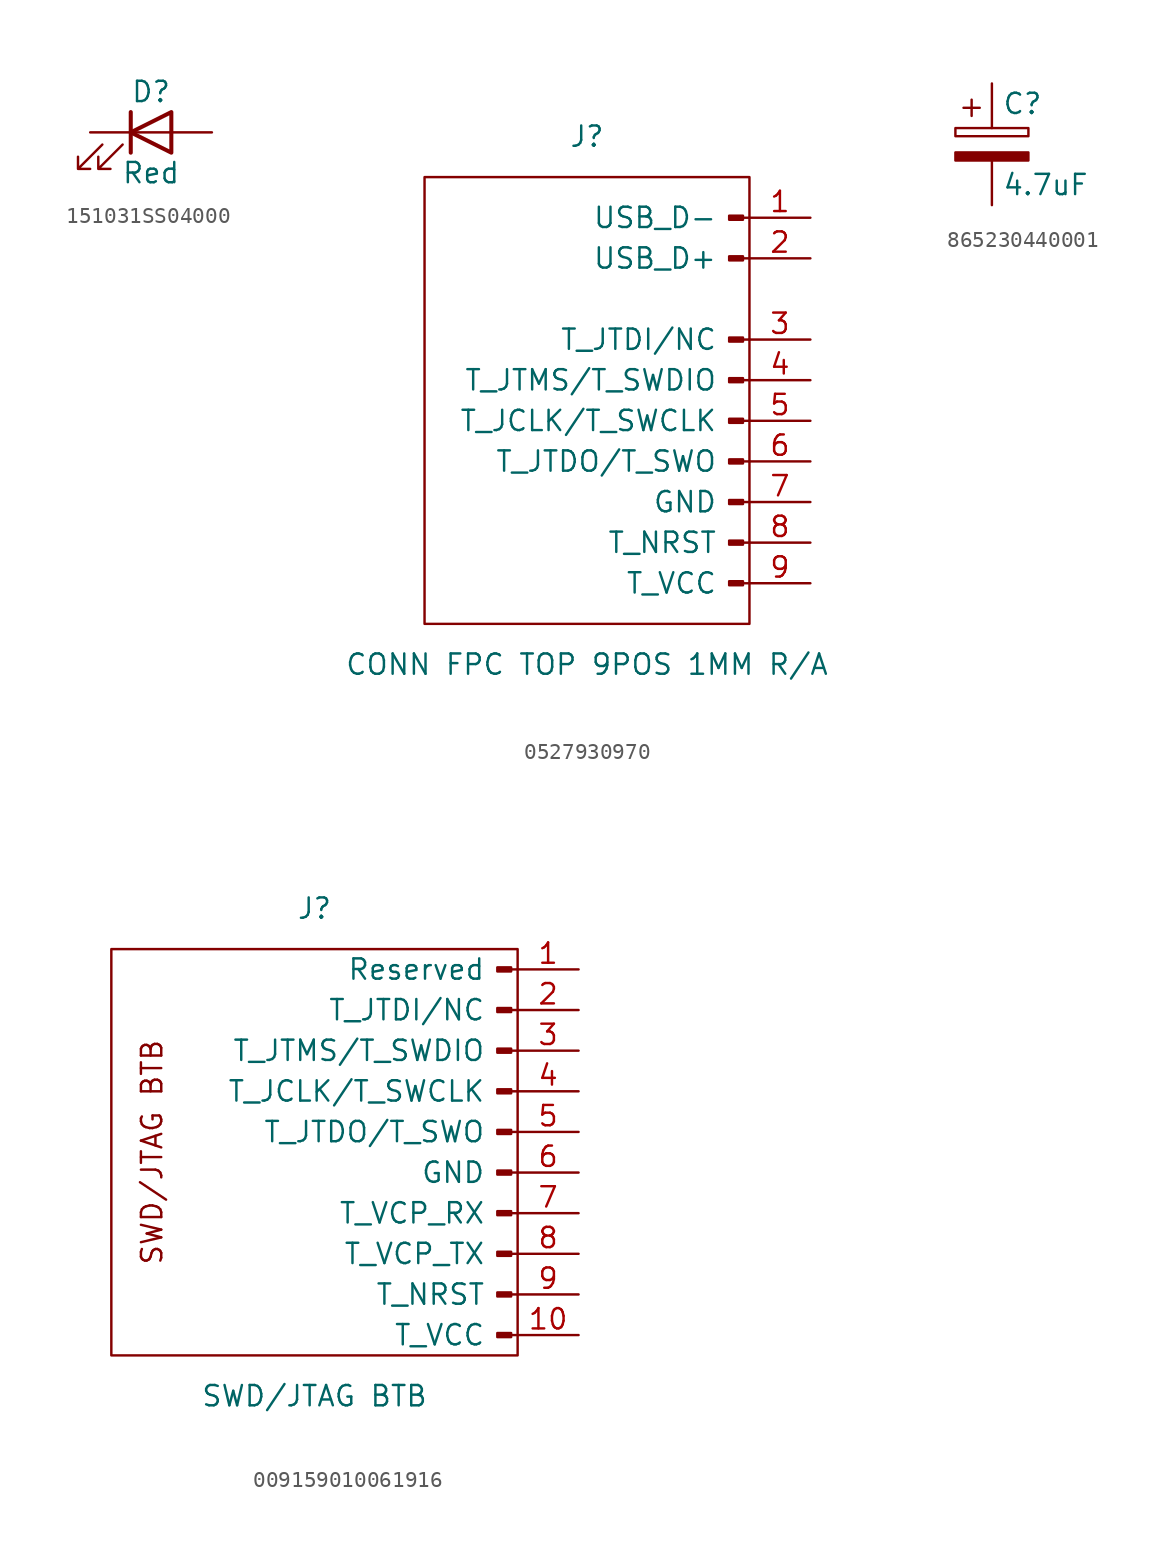
<source format=kicad_sym>
(kicad_symbol_lib
  (version 20220914)
  (generator kicad_symbol_editor)
  (symbol "151031SS04000"
    (pin_numbers hide)
    (pin_names
      (offset 1.016) hide)
    (property "Reference" "D"
      (at 0 2.54 0)
      (effects (font (size 1.27 1.27))))
    (property "Value" "Red"
      (at 0 -2.54 0)
      (effects (font (size 1.27 1.27))))
    (symbol "151031SS04000_0_1"
      (polyline (pts (xy -1.27 -1.27) (xy -1.27 1.27)) (stroke (width 0.254) (type default)) (fill (type none)))
      (polyline (pts (xy -1.27 0) (xy 1.27 0)) (stroke (width 0) (type default)) (fill (type none)))
      (polyline (pts (xy 1.27 -1.27) (xy 1.27 1.27) (xy -1.27 0) (xy 1.27 -1.27)) (stroke (width 0.254) (type default)) (fill (type none)))
      (polyline (pts (xy -3.048 -0.762) (xy -4.572 -2.286) (xy -3.81 -2.286) (xy -4.572 -2.286) (xy -4.572 -1.524)) (stroke (width 0) (type default)) (fill (type none)))
      (polyline (pts (xy -1.778 -0.762) (xy -3.302 -2.286) (xy -2.54 -2.286) (xy -3.302 -2.286) (xy -3.302 -1.524)) (stroke (width 0) (type default)) (fill (type none))))
    (symbol "151031SS04000_1_1"
      (pin passive line (at -3.81 0 0) (length 2.54) (name "K" (effects (font (size 1.27 1.27)))) (number "1" (effects (font (size 1.27 1.27)))))
      (pin passive line (at 3.81 0 180) (length 2.54) (name "A" (effects (font (size 1.27 1.27)))) (number "2" (effects (font (size 1.27 1.27)))))))
  (symbol "0527930970"
    (pin_names
      (offset 2))
    (property "Reference" "J"
      (at 0 20.32 0)
      (effects (font (size 1.27 1.27))))
    (property "Value" "CONN FPC TOP 9POS 1MM R/A"
      (at 0 -12.7 0)
      (effects (font (size 1.27 1.27))))
    (symbol "0527930970_0_1"
      (rectangle (start -10.16 17.78) (end 10.16 -10.16) (stroke (width 0) (type default)) (fill (type none))))
    (symbol "0527930970_1_1"
      (polyline (pts (xy 10.16 -7.62) (xy 9.754 -7.62)) (stroke (width 0.152) (type default)) (fill (type none)))
      (polyline (pts (xy 10.16 -5.08) (xy 9.754 -5.08)) (stroke (width 0.152) (type default)) (fill (type none)))
      (polyline (pts (xy 10.16 -2.54) (xy 9.754 -2.54)) (stroke (width 0.152) (type default)) (fill (type none)))
      (polyline (pts (xy 10.16 0) (xy 9.754 0)) (stroke (width 0.152) (type default)) (fill (type none)))
      (polyline (pts (xy 10.16 2.54) (xy 9.754 2.54)) (stroke (width 0.152) (type default)) (fill (type none)))
      (polyline (pts (xy 10.16 5.08) (xy 9.754 5.08)) (stroke (width 0.152) (type default)) (fill (type none)))
      (polyline (pts (xy 10.16 7.62) (xy 9.754 7.62)) (stroke (width 0.152) (type default)) (fill (type none)))
      (polyline (pts (xy 10.16 12.7) (xy 9.754 12.7)) (stroke (width 0.152) (type default)) (fill (type none)))
      (polyline (pts (xy 10.16 15.24) (xy 9.754 15.24)) (stroke (width 0.152) (type default)) (fill (type none)))
      (rectangle (start 8.89 -7.493) (end 9.754 -7.747) (stroke (width 0.152) (type default)) (fill (type outline)))
      (rectangle (start 9.754 -4.953) (end 8.89 -5.207) (stroke (width 0.152) (type default)) (fill (type outline)))
      (rectangle (start 9.754 -2.413) (end 8.89 -2.667) (stroke (width 0.152) (type default)) (fill (type outline)))
      (rectangle (start 9.754 0.127) (end 8.89 -0.127) (stroke (width 0.152) (type default)) (fill (type outline)))
      (rectangle (start 9.754 2.667) (end 8.89 2.413) (stroke (width 0.152) (type default)) (fill (type outline)))
      (rectangle (start 9.754 5.207) (end 8.89 4.953) (stroke (width 0.152) (type default)) (fill (type outline)))
      (rectangle (start 9.754 7.747) (end 8.89 7.493) (stroke (width 0.152) (type default)) (fill (type outline)))
      (rectangle (start 9.754 12.827) (end 8.89 12.573) (stroke (width 0.152) (type default)) (fill (type outline)))
      (rectangle (start 9.754 15.367) (end 8.89 15.113) (stroke (width 0.152) (type default)) (fill (type outline)))
      (pin bidirectional line (at 13.97 15.24 180) (length 3.81) (name "USB_D-" (effects (font (size 1.27 1.27)))) (number "1" (effects (font (size 1.27 1.27)))))
      (pin bidirectional line (at 13.97 12.7 180) (length 3.81) (name "USB_D+" (effects (font (size 1.27 1.27)))) (number "2" (effects (font (size 1.27 1.27)))))
      (pin passive line (at 13.97 7.62 180) (length 3.81) (name "T_JTDI/NC" (effects (font (size 1.27 1.27)))) (number "3" (effects (font (size 1.27 1.27)))))
      (pin passive line (at 13.97 5.08 180) (length 3.81) (name "T_JTMS/T_SWDIO" (effects (font (size 1.27 1.27)))) (number "4" (effects (font (size 1.27 1.27)))))
      (pin passive line (at 13.97 2.54 180) (length 3.81) (name "T_JCLK/T_SWCLK" (effects (font (size 1.27 1.27)))) (number "5" (effects (font (size 1.27 1.27)))))
      (pin passive line (at 13.97 0 180) (length 3.81) (name "T_JTDO/T_SWO" (effects (font (size 1.27 1.27)))) (number "6" (effects (font (size 1.27 1.27)))))
      (pin passive line (at 13.97 -2.54 180) (length 3.81) (name "GND" (effects (font (size 1.27 1.27)))) (number "7" (effects (font (size 1.27 1.27)))))
      (pin passive line (at 13.97 -5.08 180) (length 3.81) (name "T_NRST" (effects (font (size 1.27 1.27)))) (number "8" (effects (font (size 1.27 1.27)))))
      (pin power_out line (at 13.97 -7.62 180) (length 3.81) (name "T_VCC" (effects (font (size 1.27 1.27)))) (number "9" (effects (font (size 1.27 1.27)))))))
  (symbol "865230440001"
    (pin_numbers hide)
    (pin_names
      (offset 0.254))
    (property "Reference" "C"
      (at 0.635 2.54 0)
      (effects (font (size 1.27 1.27)) (justify left)))
    (property "Value" "4.7uF"
      (at 0.635 -2.54 0)
      (effects (font (size 1.27 1.27)) (justify left)))
    (symbol "865230440001_0_1"
      (rectangle (start -2.286 0.508) (end 2.286 1.016) (stroke (width 0) (type default)) (fill (type none)))
      (polyline (pts (xy -1.778 2.286) (xy -0.762 2.286)) (stroke (width 0) (type default)) (fill (type none)))
      (polyline (pts (xy -1.27 2.794) (xy -1.27 1.778)) (stroke (width 0) (type default)) (fill (type none)))
      (rectangle (start 2.286 -0.508) (end -2.286 -1.016) (stroke (width 0) (type default)) (fill (type outline))))
    (symbol "865230440001_1_1"
      (pin passive line (at 0 3.81 270) (length 2.794) (name "~" (effects (font (size 1.27 1.27)))) (number "1" (effects (font (size 1.27 1.27)))))
      (pin passive line (at 0 -3.81 90) (length 2.794) (name "~" (effects (font (size 1.27 1.27)))) (number "2" (effects (font (size 1.27 1.27)))))))
  (symbol "009159010061916"
    (pin_names
      (offset 2))
    (property "Reference" "J"
      (at 0 13.97 0)
      (effects (font (size 1.27 1.27))))
    (property "Value" "SWD/JTAG BTB"
      (at 0 -16.51 0)
      (effects (font (size 1.27 1.27))))
    (symbol "009159010061916_0_1"
      (rectangle (start -12.7 11.43) (end 12.7 -13.97) (stroke (width 0) (type default)) (fill (type none))))
    (symbol "009159010061916_1_1"
      (polyline (pts (xy 12.7 -12.7) (xy 12.294 -12.7)) (stroke (width 0.152) (type default)) (fill (type none)))
      (polyline (pts (xy 12.7 -10.16) (xy 12.294 -10.16)) (stroke (width 0.152) (type default)) (fill (type none)))
      (polyline (pts (xy 12.7 -7.62) (xy 12.294 -7.62)) (stroke (width 0.152) (type default)) (fill (type none)))
      (polyline (pts (xy 12.7 -5.08) (xy 12.294 -5.08)) (stroke (width 0.152) (type default)) (fill (type none)))
      (polyline (pts (xy 12.7 -2.54) (xy 12.294 -2.54)) (stroke (width 0.152) (type default)) (fill (type none)))
      (polyline (pts (xy 12.7 0) (xy 12.294 0)) (stroke (width 0.152) (type default)) (fill (type none)))
      (polyline (pts (xy 12.7 2.54) (xy 12.294 2.54)) (stroke (width 0.152) (type default)) (fill (type none)))
      (polyline (pts (xy 12.7 5.08) (xy 12.294 5.08)) (stroke (width 0.152) (type default)) (fill (type none)))
      (polyline (pts (xy 12.7 7.62) (xy 12.294 7.62)) (stroke (width 0.152) (type default)) (fill (type none)))
      (polyline (pts (xy 12.7 10.16) (xy 12.294 10.16)) (stroke (width 0.152) (type default)) (fill (type none)))
      (rectangle (start 12.294 -12.573) (end 11.43 -12.827) (stroke (width 0.152) (type default)) (fill (type outline)))
      (rectangle (start 12.294 -10.033) (end 11.43 -10.287) (stroke (width 0.152) (type default)) (fill (type outline)))
      (rectangle (start 12.294 -7.493) (end 11.43 -7.747) (stroke (width 0.152) (type default)) (fill (type outline)))
      (rectangle (start 12.294 -4.953) (end 11.43 -5.207) (stroke (width 0.152) (type default)) (fill (type outline)))
      (rectangle (start 12.294 -2.413) (end 11.43 -2.667) (stroke (width 0.152) (type default)) (fill (type outline)))
      (rectangle (start 12.294 0.127) (end 11.43 -0.127) (stroke (width 0.152) (type default)) (fill (type outline)))
      (rectangle (start 12.294 2.667) (end 11.43 2.413) (stroke (width 0.152) (type default)) (fill (type outline)))
      (rectangle (start 12.294 5.207) (end 11.43 4.953) (stroke (width 0.152) (type default)) (fill (type outline)))
      (rectangle (start 12.294 7.747) (end 11.43 7.493) (stroke (width 0.152) (type default)) (fill (type outline)))
      (rectangle (start 12.294 10.287) (end 11.43 10.033) (stroke (width 0.152) (type default)) (fill (type outline)))
      (text "SWD/JTAG BTB" (at -10.16 -1.27 900) (effects (font (size 1.27 1.27))))
      (pin passive line (at 16.51 10.16 180) (length 3.81) (name "Reserved" (effects (font (size 1.27 1.27)))) (number "1" (effects (font (size 1.27 1.27)))))
      (pin power_in line (at 16.51 -12.7 180) (length 3.81) (name "T_VCC" (effects (font (size 1.27 1.27)))) (number "10" (effects (font (size 1.27 1.27)))))
      (pin output line (at 16.51 7.62 180) (length 3.81) (name "T_JTDI/NC" (effects (font (size 1.27 1.27)))) (number "2" (effects (font (size 1.27 1.27)))))
      (pin bidirectional line (at 16.51 5.08 180) (length 3.81) (name "T_JTMS/T_SWDIO" (effects (font (size 1.27 1.27)))) (number "3" (effects (font (size 1.27 1.27)))))
      (pin output line (at 16.51 2.54 180) (length 3.81) (name "T_JCLK/T_SWCLK" (effects (font (size 1.27 1.27)))) (number "4" (effects (font (size 1.27 1.27)))))
      (pin input line (at 16.51 0 180) (length 3.81) (name "T_JTDO/T_SWO" (effects (font (size 1.27 1.27)))) (number "5" (effects (font (size 1.27 1.27)))))
      (pin passive line (at 16.51 -2.54 180) (length 3.81) (name "GND" (effects (font (size 1.27 1.27)))) (number "6" (effects (font (size 1.27 1.27)))))
      (pin output line (at 16.51 -5.08 180) (length 3.81) (name "T_VCP_RX" (effects (font (size 1.27 1.27)))) (number "7" (effects (font (size 1.27 1.27)))))
      (pin input line (at 16.51 -7.62 180) (length 3.81) (name "T_VCP_TX" (effects (font (size 1.27 1.27)))) (number "8" (effects (font (size 1.27 1.27)))))
      (pin output line (at 16.51 -10.16 180) (length 3.81) (name "T_NRST" (effects (font (size 1.27 1.27)))) (number "9" (effects (font (size 1.27 1.27))))))))
</source>
